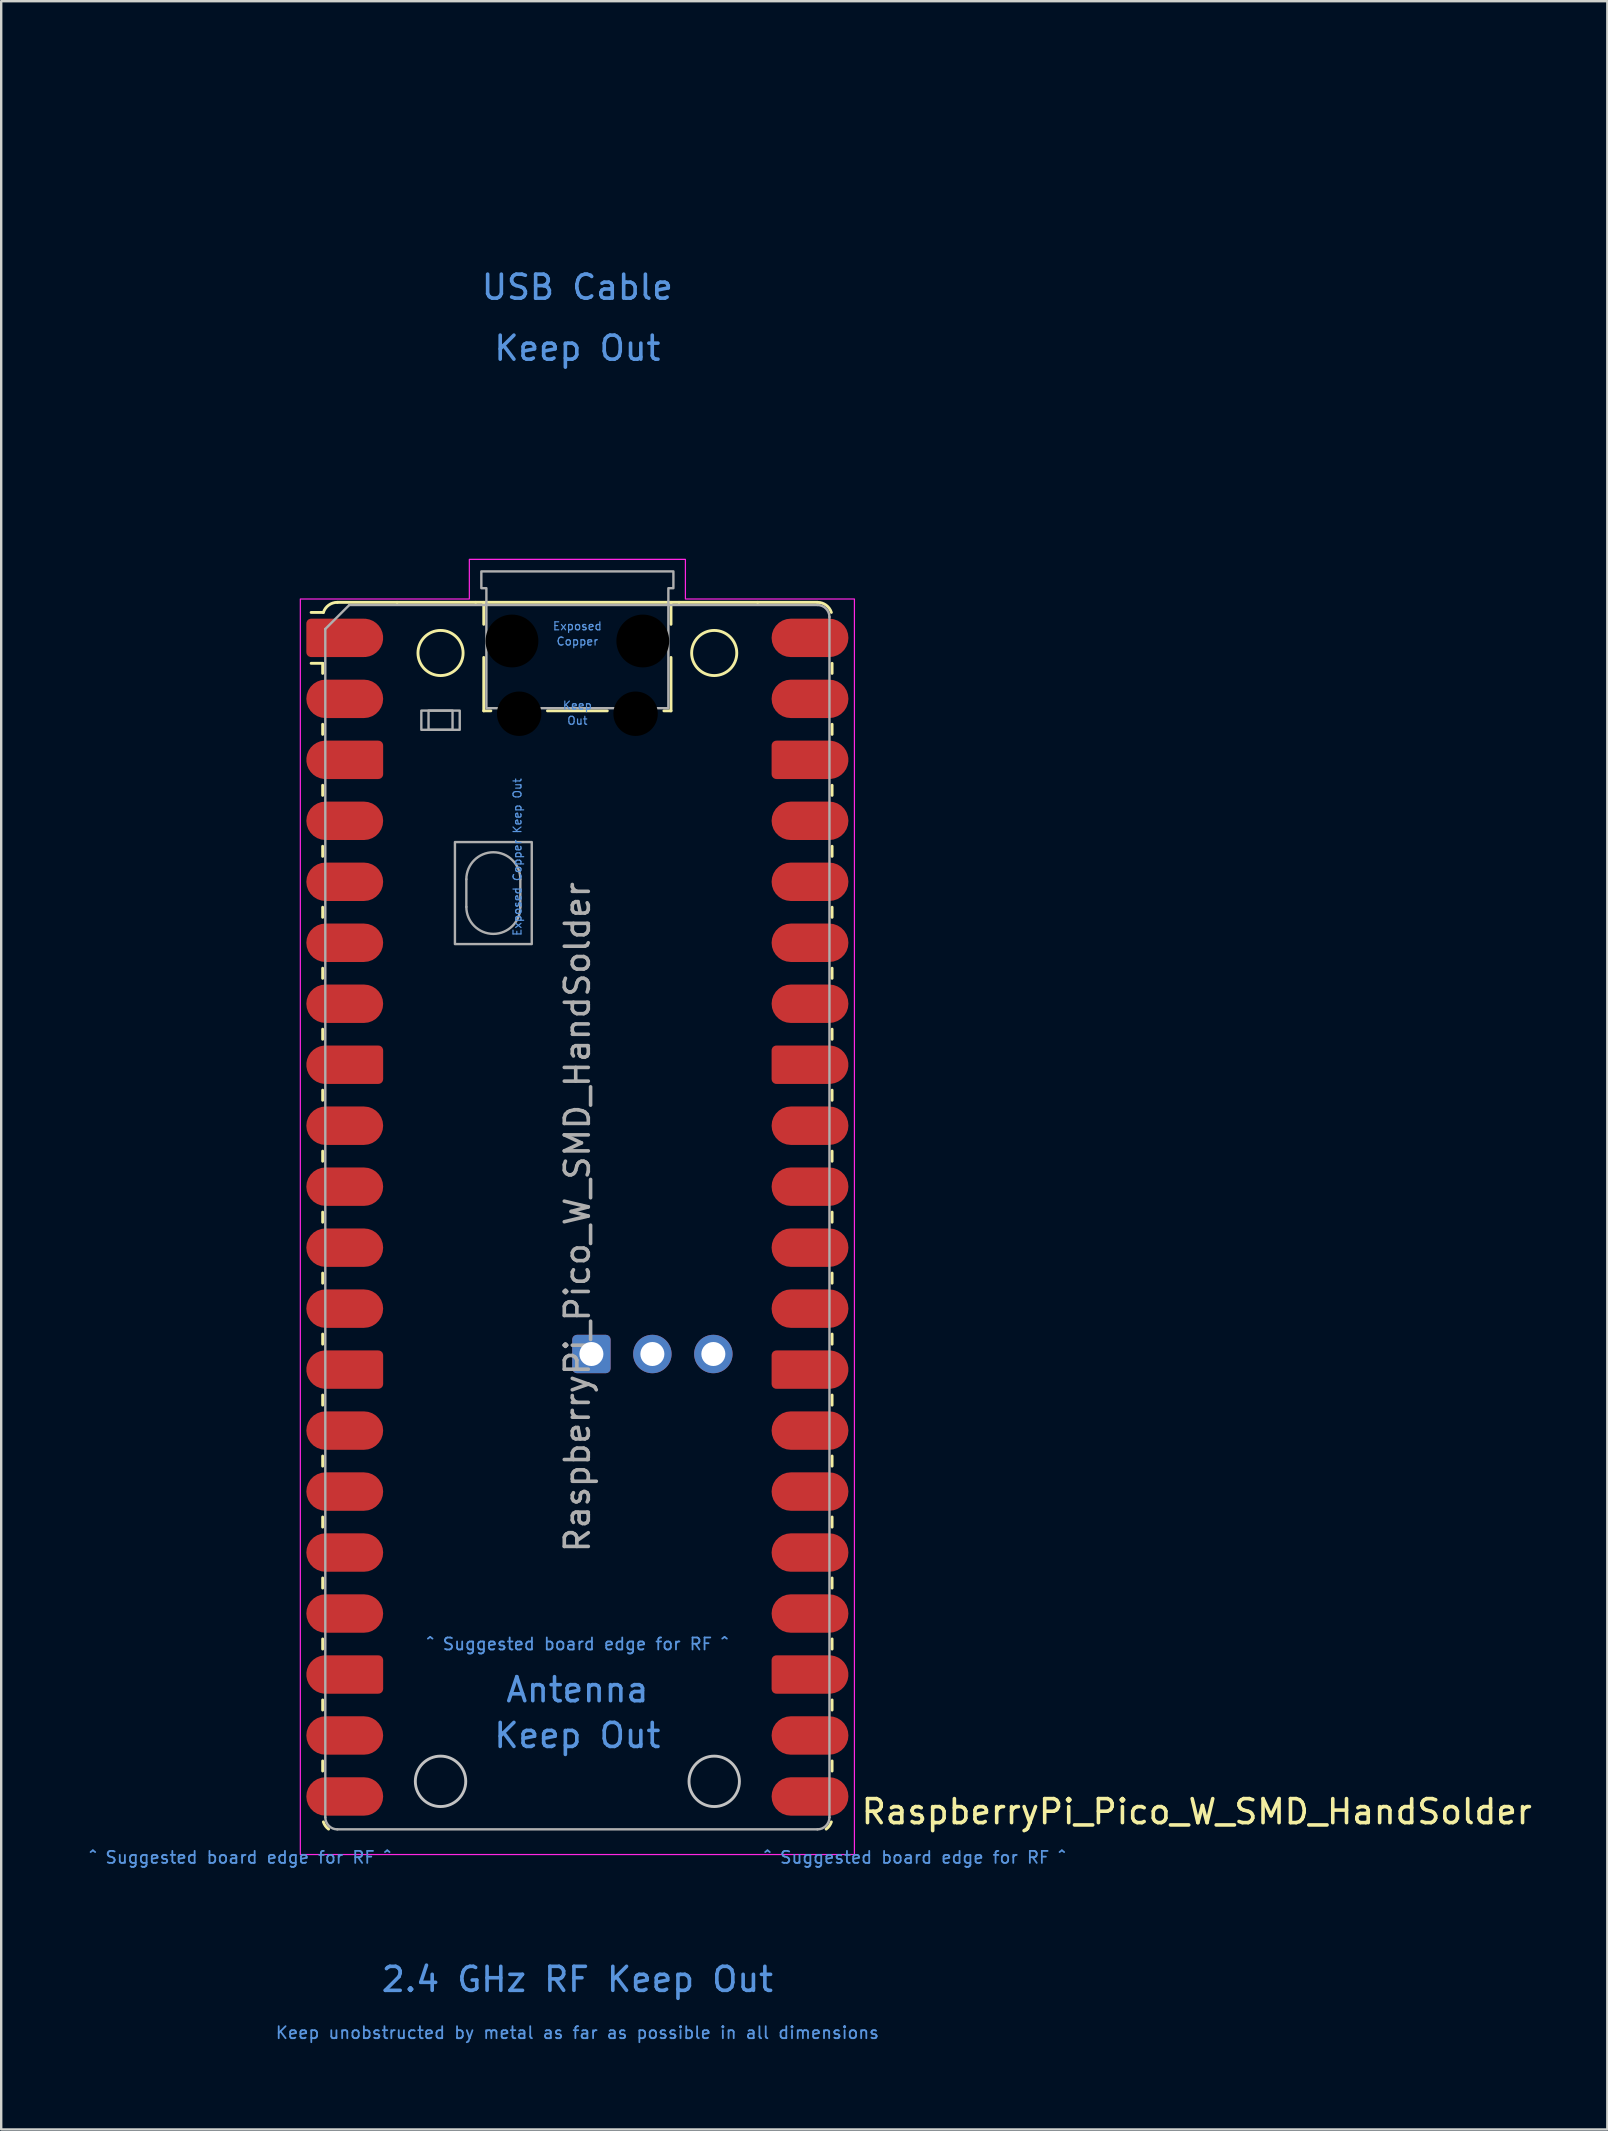
<source format=kicad_pcb>
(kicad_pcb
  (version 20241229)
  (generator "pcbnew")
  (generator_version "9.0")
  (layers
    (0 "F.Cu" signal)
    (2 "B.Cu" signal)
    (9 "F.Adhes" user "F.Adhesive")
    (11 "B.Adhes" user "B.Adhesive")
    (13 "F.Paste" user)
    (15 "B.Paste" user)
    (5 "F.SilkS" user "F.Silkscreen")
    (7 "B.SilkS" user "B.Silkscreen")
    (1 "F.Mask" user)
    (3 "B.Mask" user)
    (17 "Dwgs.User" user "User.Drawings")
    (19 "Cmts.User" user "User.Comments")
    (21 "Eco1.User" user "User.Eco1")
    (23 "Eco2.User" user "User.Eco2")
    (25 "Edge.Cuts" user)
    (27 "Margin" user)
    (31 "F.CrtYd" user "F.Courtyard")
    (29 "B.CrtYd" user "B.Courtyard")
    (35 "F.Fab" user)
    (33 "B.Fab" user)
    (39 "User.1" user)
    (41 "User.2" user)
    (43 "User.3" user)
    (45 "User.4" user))
  (footprint "RaspberryPi_Pico_W_SMD_HandSolder"
    (layer "F.Cu")
    (at 21 47.65)
    (property "Reference" "RaspberryPi_Pico_W_SMD_HandSolder" (at 11.748 24.765 0) (unlocked yes) (layer "F.SilkS") (effects (font (size 1 1) (thickness 0.15)) (justify left)))
    (attr smd)
    (fp_line (start -10.61 -23.07) (end -11.09 -23.07) (stroke (width 0.12) (type solid)) (layer "F.SilkS"))
    (fp_line (start -10.61 -23.07) (end -10.61 -22.65) (stroke (width 0.12) (type solid)) (layer "F.SilkS"))
    (fp_line (start -10.61 -20.53) (end -10.61 -20.11) (stroke (width 0.12) (type solid)) (layer "F.SilkS"))
    (fp_line (start -10.61 -17.99) (end -10.61 -17.57) (stroke (width 0.12) (type solid)) (layer "F.SilkS"))
    (fp_line (start -10.61 -15.45) (end -10.61 -15.03) (stroke (width 0.12) (type solid)) (layer "F.SilkS"))
    (fp_line (start -10.61 -12.91) (end -10.61 -12.49) (stroke (width 0.12) (type solid)) (layer "F.SilkS"))
    (fp_line (start -10.61 -10.37) (end -10.61 -9.95) (stroke (width 0.12) (type solid)) (layer "F.SilkS"))
    (fp_line (start -10.61 -7.83) (end -10.61 -7.41) (stroke (width 0.12) (type solid)) (layer "F.SilkS"))
    (fp_line (start -10.61 -5.29) (end -10.61 -4.87) (stroke (width 0.12) (type solid)) (layer "F.SilkS"))
    (fp_line (start -10.61 -2.75) (end -10.61 -2.33) (stroke (width 0.12) (type solid)) (layer "F.SilkS"))
    (fp_line (start -10.61 -0.21) (end -10.61 0.21) (stroke (width 0.12) (type solid)) (layer "F.SilkS"))
    (fp_line (start -10.61 2.33) (end -10.61 2.75) (stroke (width 0.12) (type solid)) (layer "F.SilkS"))
    (fp_line (start -10.61 4.87) (end -10.61 5.29) (stroke (width 0.12) (type solid)) (layer "F.SilkS"))
    (fp_line (start -10.61 7.41) (end -10.61 7.83) (stroke (width 0.12) (type solid)) (layer "F.SilkS"))
    (fp_line (start -10.61 9.95) (end -10.61 10.37) (stroke (width 0.12) (type solid)) (layer "F.SilkS"))
    (fp_line (start -10.61 12.49) (end -10.61 12.91) (stroke (width 0.12) (type solid)) (layer "F.SilkS"))
    (fp_line (start -10.61 15.03) (end -10.61 15.45) (stroke (width 0.12) (type solid)) (layer "F.SilkS"))
    (fp_line (start -10.61 17.57) (end -10.61 17.99) (stroke (width 0.12) (type solid)) (layer "F.SilkS"))
    (fp_line (start -10.61 20.11) (end -10.61 20.53) (stroke (width 0.12) (type solid)) (layer "F.SilkS"))
    (fp_line (start -10.61 22.65) (end -10.61 23.07) (stroke (width 0.12) (type solid)) (layer "F.SilkS"))
    (fp_line (start -10.58 -25.19) (end -11.09 -25.19) (stroke (width 0.12) (type solid)) (layer "F.SilkS"))
    (fp_line (start -10 -25.61) (end -7.51 -25.61) (stroke (width 0.12) (type solid)) (layer "F.SilkS"))
    (fp_line (start -7.51 -25.61) (end -4.235 -25.61) (stroke (width 0.12) (type solid)) (layer "F.SilkS"))
    (fp_line (start -4.235 -25.61) (end 4.235 -25.61) (stroke (width 0.12) (type solid)) (layer "F.SilkS"))
    (fp_line (start -3.9 -25.61) (end -3.9 -24.694) (stroke (width 0.12) (type solid)) (layer "F.SilkS"))
    (fp_line (start -3.9 -23.315) (end -3.9 -21.09) (stroke (width 0.12) (type solid)) (layer "F.SilkS"))
    (fp_line (start -3.9 -21.09) (end -3.604 -21.09) (stroke (width 0.12) (type solid)) (layer "F.SilkS"))
    (fp_line (start -1.246 -21.09) (end 1.246 -21.09) (stroke (width 0.12) (type solid)) (layer "F.SilkS"))
    (fp_line (start 3.604 -21.09) (end 3.9 -21.09) (stroke (width 0.12) (type solid)) (layer "F.SilkS"))
    (fp_line (start 3.9 -25.61) (end 3.9 -24.694) (stroke (width 0.12) (type solid)) (layer "F.SilkS"))
    (fp_line (start 3.9 -23.315) (end 3.9 -21.09) (stroke (width 0.12) (type solid)) (layer "F.SilkS"))
    (fp_line (start 4.235 -25.61) (end 7.51 -25.61) (stroke (width 0.12) (type solid)) (layer "F.SilkS"))
    (fp_line (start 10 -25.61) (end 7.51 -25.61) (stroke (width 0.12) (type solid)) (layer "F.SilkS"))
    (fp_line (start 10.61 -23.07) (end 10.61 -22.65) (stroke (width 0.12) (type solid)) (layer "F.SilkS"))
    (fp_line (start 10.61 -20.53) (end 10.61 -20.11) (stroke (width 0.12) (type solid)) (layer "F.SilkS"))
    (fp_line (start 10.61 -17.99) (end 10.61 -17.57) (stroke (width 0.12) (type solid)) (layer "F.SilkS"))
    (fp_line (start 10.61 -15.45) (end 10.61 -15.03) (stroke (width 0.12) (type solid)) (layer "F.SilkS"))
    (fp_line (start 10.61 -12.91) (end 10.61 -12.49) (stroke (width 0.12) (type solid)) (layer "F.SilkS"))
    (fp_line (start 10.61 -10.37) (end 10.61 -9.95) (stroke (width 0.12) (type solid)) (layer "F.SilkS"))
    (fp_line (start 10.61 -7.83) (end 10.61 -7.41) (stroke (width 0.12) (type solid)) (layer "F.SilkS"))
    (fp_line (start 10.61 -5.29) (end 10.61 -4.87) (stroke (width 0.12) (type solid)) (layer "F.SilkS"))
    (fp_line (start 10.61 -2.75) (end 10.61 -2.33) (stroke (width 0.12) (type solid)) (layer "F.SilkS"))
    (fp_line (start 10.61 -0.21) (end 10.61 0.21) (stroke (width 0.12) (type solid)) (layer "F.SilkS"))
    (fp_line (start 10.61 2.33) (end 10.61 2.75) (stroke (width 0.12) (type solid)) (layer "F.SilkS"))
    (fp_line (start 10.61 4.87) (end 10.61 5.29) (stroke (width 0.12) (type solid)) (layer "F.SilkS"))
    (fp_line (start 10.61 7.41) (end 10.61 7.83) (stroke (width 0.12) (type solid)) (layer "F.SilkS"))
    (fp_line (start 10.61 9.95) (end 10.61 10.37) (stroke (width 0.12) (type solid)) (layer "F.SilkS"))
    (fp_line (start 10.61 12.49) (end 10.61 12.91) (stroke (width 0.12) (type solid)) (layer "F.SilkS"))
    (fp_line (start 10.61 15.03) (end 10.61 15.45) (stroke (width 0.12) (type solid)) (layer "F.SilkS"))
    (fp_line (start 10.61 17.57) (end 10.61 17.99) (stroke (width 0.12) (type solid)) (layer "F.SilkS"))
    (fp_line (start 10.61 20.11) (end 10.61 20.53) (stroke (width 0.12) (type solid)) (layer "F.SilkS"))
    (fp_line (start 10.61 22.65) (end 10.61 23.07) (stroke (width 0.12) (type solid)) (layer "F.SilkS"))
    (fp_arc (start -10.579676 -25.19) (mid -10.357938 -25.493944) (end -10 -25.61) (stroke (width 0.12) (type solid)) (layer "F.SilkS"))
    (fp_arc (start -10.363318 25.49) (mid -10.494791 25.356765) (end -10.579676 25.189937) (stroke (width 0.12) (type solid)) (layer "F.SilkS"))
    (fp_arc (start 10 -25.61) (mid 10.357937 -25.493944) (end 10.579676 -25.189937) (stroke (width 0.12) (type solid)) (layer "F.SilkS"))
    (fp_arc (start 10.579676 25.189937) (mid 10.494803 25.356773) (end 10.363318 25.49) (stroke (width 0.12) (type solid)) (layer "F.SilkS"))
    (fp_circle (center -5.7 -23.5) (end -4.76 -23.5) (stroke (width 0.12) (type solid)) (fill no) (layer "F.SilkS"))
    (fp_circle (center 5.7 -23.5) (end 6.64 -23.5) (stroke (width 0.12) (type solid)) (fill no) (layer "F.SilkS"))
    (fp_circle (center -5.7 23.5) (end -4.65 23.5) (stroke (width 0.12) (type solid)) (fill no) (layer "Dwgs.User"))
    (fp_circle (center 5.7 23.5) (end 6.75 23.5) (stroke (width 0.12) (type solid)) (fill no) (layer "Dwgs.User"))
    (fp_poly (pts (xy -4.5 -27.4) (xy 4.5 -27.4) (xy 4.5 -25.75) (xy 11.54 -25.75) (xy 11.54 26.55) (xy -11.54 26.55) (xy -11.54 -25.75) (xy -4.5 -25.75)) (stroke (width 0.05) (type solid)) (fill no) (layer "F.CrtYd"))
    (fp_line (start -10.5 -24.5) (end -9.5 -25.5) (stroke (width 0.1) (type solid)) (layer "F.Fab"))
    (fp_line (start -10.5 25) (end -10.5 -24.5) (stroke (width 0.1) (type solid)) (layer "F.Fab"))
    (fp_line (start -9.5 -25.5) (end 10 -25.5) (stroke (width 0.1) (type solid)) (layer "F.Fab"))
    (fp_line (start -4.625 -14.075) (end -4.625 -12.925) (stroke (width 0.1) (type solid)) (layer "F.Fab"))
    (fp_line (start -2.375 -14.075) (end -2.375 -12.925) (stroke (width 0.1) (type solid)) (layer "F.Fab"))
    (fp_line (start 10 25.5) (end -10 25.5) (stroke (width 0.1) (type solid)) (layer "F.Fab"))
    (fp_line (start 10.5 -25) (end 10.5 25) (stroke (width 0.1) (type solid)) (layer "F.Fab"))
    (fp_rect (start -6.5 -21.1) (end -4.9 -20.3) (stroke (width 0.1) (type solid)) (fill no) (layer "F.Fab"))
    (fp_rect (start -6.2 -21.1) (end -5.2 -20.3) (stroke (width 0.1) (type solid)) (fill no) (layer "F.Fab"))
    (fp_rect (start -5.1 -15.625) (end -1.9 -11.375) (stroke (width 0.1) (type solid)) (fill no) (layer "F.Fab"))
    (fp_arc (start -10 25.5) (mid -10.353553 25.353553) (end -10.5 25) (stroke (width 0.1) (type solid)) (layer "F.Fab"))
    (fp_arc (start -4.625 -14.075) (mid -3.5 -15.2) (end -2.375 -14.075) (stroke (width 0.1) (type solid)) (layer "F.Fab"))
    (fp_arc (start -2.375 -12.925) (mid -3.5 -11.8) (end -4.625 -12.925) (stroke (width 0.1) (type solid)) (layer "F.Fab"))
    (fp_arc (start 10 -25.5) (mid 10.353553 -25.353553) (end 10.5 -25) (stroke (width 0.1) (type solid)) (layer "F.Fab"))
    (fp_arc (start 10.5 25) (mid 10.353553 25.353553) (end 10 25.5) (stroke (width 0.1) (type solid)) (layer "F.Fab"))
    (fp_poly (pts (xy 3.79 -21.2) (xy 3.79 -26.2) (xy 4 -26.2) (xy 4 -26.9) (xy -4 -26.9) (xy -4 -26.2) (xy -3.79 -26.2) (xy -3.79 -21.2)) (stroke (width 0.1) (type solid)) (fill no) (layer "F.Fab"))
    (fp_text user "^ Suggested board edge for RF ^" (at 0 17.78 0) (unlocked yes) (layer "Cmts.User") (effects (font (size 0.5 0.5) (thickness 0.075))))
    (fp_text user "Out" (at 0 -20.683 0) (unlocked yes) (layer "Cmts.User") (effects (font (size 0.333 0.333) (thickness 0.05))))
    (fp_text user "2.4 GHz RF Keep Out" (at 0 31.75 0) (unlocked yes) (layer "Cmts.User") (effects (font (size 1 1) (thickness 0.15))))
    (fp_text user "Keep" (at 0 -21.317 0) (unlocked yes) (layer "Cmts.User") (effects (font (size 0.333 0.333) (thickness 0.05))))
    (fp_text user "^ Suggested board edge for RF ^" (at 14.05 26.67 0) (unlocked yes) (layer "Cmts.User") (effects (font (size 0.5 0.5) (thickness 0.075))))
    (fp_text user "Exposed" (at 0 -24.617 0) (unlocked yes) (layer "Cmts.User") (effects (font (size 0.333 0.333) (thickness 0.05))))
    (fp_text user "Copper" (at 0 -23.983 0) (unlocked yes) (layer "Cmts.User") (effects (font (size 0.333 0.333) (thickness 0.05))))
    (fp_text user "Antenna" (at 0 19.685 0) (unlocked yes) (layer "Cmts.User") (effects (font (size 1 1) (thickness 0.15))))
    (fp_text user "Keep Out" (at 0 -36.195 0) (unlocked yes) (layer "Cmts.User") (effects (font (size 1 1) (thickness 0.15))))
    (fp_text user "Exposed Copper Keep Out" (at -2.5 -15 90) (unlocked yes) (layer "Cmts.User") (effects (font (size 0.333 0.333) (thickness 0.05))))
    (fp_text user "Keep unobstructed by metal as far as possible in all dimensions" (at 0 33.972 0) (unlocked yes) (layer "Cmts.User") (effects (font (size 0.5 0.5) (thickness 0.075))))
    (fp_text user "USB Cable" (at 0 -38.735 0) (unlocked yes) (layer "Cmts.User") (effects (font (size 1 1) (thickness 0.15))))
    (fp_text user "^ Suggested board edge for RF ^" (at -14.05 26.67 0) (unlocked yes) (layer "Cmts.User") (effects (font (size 0.5 0.5) (thickness 0.075))))
    (fp_text user "Keep Out" (at 0 21.59 0) (unlocked yes) (layer "Cmts.User") (effects (font (size 1 1) (thickness 0.15))))
    (fp_text user "${REFERENCE}" (at 0 0 90) (layer "F.Fab") (effects (font (size 1 1) (thickness 0.15))))
    (pad "" np_thru_hole circle (at -2.725 -24) (size 2.2 2.2) (drill 2.2) (layers "*.Mask"))
    (pad "" np_thru_hole circle (at -2.425 -20.97) (size 1.85 1.85) (drill 1.85) (layers "*.Mask"))
    (pad "" np_thru_hole circle (at 2.425 -20.97) (size 1.85 1.85) (drill 1.85) (layers "*.Mask"))
    (pad "" np_thru_hole circle (at 2.725 -24) (size 2.2 2.2) (drill 2.2) (layers "*.Mask"))
    (pad "1" smd custom (at -8.89 -24.13) (size 1.6 1.6) (layers "F.Cu" "F.Mask" "F.Paste") (options (anchor circle)) (primitives (gr_poly (pts (xy -2.4 0.6) (xy -2.4 -0.6) (xy -2.2 -0.8) (xy 0 -0.8) (xy 0 0.8) (xy -2.2 0.8)) (width 0) (fill yes)) (gr_circle (center -2.2 0.6) (end -2 0.6) (width 0) (fill yes)) (gr_circle (center -2.2 -0.6) (end -2 -0.6) (width 0) (fill yes))))
    (pad "2" smd roundrect (at -8.89 -21.59) (size 3.2 1.6) (drill (offset -0.8 0)) (layers "F.Cu" "F.Mask" "F.Paste") (roundrect_rratio 0.5))
    (pad "3" smd custom (at -8.89 -19.05) (size 1.6 1.6) (layers "F.Cu" "F.Mask" "F.Paste") (options (anchor circle)) (primitives (gr_poly (pts (xy 0.8 -0.6) (xy 0.8 0.6) (xy 0.6 0.8) (xy -1.6 0.8) (xy -1.6 -0.8) (xy 0.6 -0.8)) (width 0) (fill yes)) (gr_circle (center 0.6 0.6) (end 0.8 0.6) (width 0) (fill yes)) (gr_circle (center 0.6 -0.6) (end 0.8 -0.6) (width 0) (fill yes)) (gr_circle (center -1.6 0) (end -0.8 0) (width 0) (fill yes))))
    (pad "4" smd roundrect (at -8.89 -16.51) (size 3.2 1.6) (drill (offset -0.8 0)) (layers "F.Cu" "F.Mask" "F.Paste") (roundrect_rratio 0.5))
    (pad "5" smd roundrect (at -8.89 -13.97) (size 3.2 1.6) (drill (offset -0.8 0)) (layers "F.Cu" "F.Mask" "F.Paste") (roundrect_rratio 0.5))
    (pad "6" smd roundrect (at -8.89 -11.43) (size 3.2 1.6) (drill (offset -0.8 0)) (layers "F.Cu" "F.Mask" "F.Paste") (roundrect_rratio 0.5))
    (pad "7" smd roundrect (at -8.89 -8.89) (size 3.2 1.6) (drill (offset -0.8 0)) (layers "F.Cu" "F.Mask" "F.Paste") (roundrect_rratio 0.5))
    (pad "8" smd custom (at -8.89 -6.35) (size 1.6 1.6) (layers "F.Cu" "F.Mask" "F.Paste") (options (anchor circle)) (primitives (gr_poly (pts (xy 0.8 -0.6) (xy 0.8 0.6) (xy 0.6 0.8) (xy -1.6 0.8) (xy -1.6 -0.8) (xy 0.6 -0.8)) (width 0) (fill yes)) (gr_circle (center 0.6 0.6) (end 0.8 0.6) (width 0) (fill yes)) (gr_circle (center 0.6 -0.6) (end 0.8 -0.6) (width 0) (fill yes)) (gr_circle (center -1.6 0) (end -0.8 0) (width 0) (fill yes))))
    (pad "9" smd roundrect (at -8.89 -3.81) (size 3.2 1.6) (drill (offset -0.8 0)) (layers "F.Cu" "F.Mask" "F.Paste") (roundrect_rratio 0.5))
    (pad "10" smd roundrect (at -8.89 -1.27) (size 3.2 1.6) (drill (offset -0.8 0)) (layers "F.Cu" "F.Mask" "F.Paste") (roundrect_rratio 0.5))
    (pad "11" smd roundrect (at -8.89 1.27) (size 3.2 1.6) (drill (offset -0.8 0)) (layers "F.Cu" "F.Mask" "F.Paste") (roundrect_rratio 0.5))
    (pad "12" smd roundrect (at -8.89 3.81) (size 3.2 1.6) (drill (offset -0.8 0)) (layers "F.Cu" "F.Mask" "F.Paste") (roundrect_rratio 0.5))
    (pad "13" smd custom (at -8.89 6.35) (size 1.6 1.6) (layers "F.Cu" "F.Mask" "F.Paste") (options (anchor circle)) (primitives (gr_poly (pts (xy 0.8 -0.6) (xy 0.8 0.6) (xy 0.6 0.8) (xy -1.6 0.8) (xy -1.6 -0.8) (xy 0.6 -0.8)) (width 0) (fill yes)) (gr_circle (center 0.6 0.6) (end 0.8 0.6) (width 0) (fill yes)) (gr_circle (center 0.6 -0.6) (end 0.8 -0.6) (width 0) (fill yes)) (gr_circle (center -1.6 0) (end -0.8 0) (width 0) (fill yes))))
    (pad "14" smd roundrect (at -8.89 8.89) (size 3.2 1.6) (drill (offset -0.8 0)) (layers "F.Cu" "F.Mask" "F.Paste") (roundrect_rratio 0.5))
    (pad "15" smd roundrect (at -8.89 11.43) (size 3.2 1.6) (drill (offset -0.8 0)) (layers "F.Cu" "F.Mask" "F.Paste") (roundrect_rratio 0.5))
    (pad "16" smd roundrect (at -8.89 13.97) (size 3.2 1.6) (drill (offset -0.8 0)) (layers "F.Cu" "F.Mask" "F.Paste") (roundrect_rratio 0.5))
    (pad "17" smd roundrect (at -8.89 16.51) (size 3.2 1.6) (drill (offset -0.8 0)) (layers "F.Cu" "F.Mask" "F.Paste") (roundrect_rratio 0.5))
    (pad "18" smd custom (at -8.89 19.05) (size 1.6 1.6) (layers "F.Cu" "F.Mask" "F.Paste") (options (anchor circle)) (primitives (gr_poly (pts (xy 0.8 -0.6) (xy 0.8 0.6) (xy 0.6 0.8) (xy -1.6 0.8) (xy -1.6 -0.8) (xy 0.6 -0.8)) (width 0) (fill yes)) (gr_circle (center 0.6 0.6) (end 0.8 0.6) (width 0) (fill yes)) (gr_circle (center 0.6 -0.6) (end 0.8 -0.6) (width 0) (fill yes)) (gr_circle (center -1.6 0) (end -0.8 0) (width 0) (fill yes))))
    (pad "19" smd roundrect (at -8.89 21.59) (size 3.2 1.6) (drill (offset -0.8 0)) (layers "F.Cu" "F.Mask" "F.Paste") (roundrect_rratio 0.5))
    (pad "20" smd roundrect (at -8.89 24.13) (size 3.2 1.6) (drill (offset -0.8 0)) (layers "F.Cu" "F.Mask" "F.Paste") (roundrect_rratio 0.5))
    (pad "21" smd roundrect (at 8.89 24.13) (size 3.2 1.6) (drill (offset 0.8 0)) (layers "F.Cu" "F.Mask" "F.Paste") (roundrect_rratio 0.5))
    (pad "22" smd roundrect (at 8.89 21.59) (size 3.2 1.6) (drill (offset 0.8 0)) (layers "F.Cu" "F.Mask" "F.Paste") (roundrect_rratio 0.5))
    (pad "23" smd custom (at 8.89 19.05) (size 1.6 1.6) (layers "F.Cu" "F.Mask" "F.Paste") (options (anchor circle)) (primitives (gr_poly (pts (xy -0.8 -0.6) (xy -0.8 0.6) (xy -0.6 0.8) (xy 1.6 0.8) (xy 1.6 -0.8) (xy -0.6 -0.8)) (width 0) (fill yes)) (gr_circle (center -0.6 0.6) (end -0.4 0.6) (width 0) (fill yes)) (gr_circle (center -0.6 -0.6) (end -0.4 -0.6) (width 0) (fill yes)) (gr_circle (center 1.6 0) (end 2.4 0) (width 0) (fill yes))))
    (pad "24" smd roundrect (at 8.89 16.51) (size 3.2 1.6) (drill (offset 0.8 0)) (layers "F.Cu" "F.Mask" "F.Paste") (roundrect_rratio 0.5))
    (pad "25" smd roundrect (at 8.89 13.97) (size 3.2 1.6) (drill (offset 0.8 0)) (layers "F.Cu" "F.Mask" "F.Paste") (roundrect_rratio 0.5))
    (pad "26" smd roundrect (at 8.89 11.43) (size 3.2 1.6) (drill (offset 0.8 0)) (layers "F.Cu" "F.Mask" "F.Paste") (roundrect_rratio 0.5))
    (pad "27" smd roundrect (at 8.89 8.89) (size 3.2 1.6) (drill (offset 0.8 0)) (layers "F.Cu" "F.Mask" "F.Paste") (roundrect_rratio 0.5))
    (pad "28" smd custom (at 8.89 6.35) (size 1.6 1.6) (layers "F.Cu" "F.Mask" "F.Paste") (options (anchor circle)) (primitives (gr_poly (pts (xy -0.8 -0.6) (xy -0.8 0.6) (xy -0.6 0.8) (xy 1.6 0.8) (xy 1.6 -0.8) (xy -0.6 -0.8)) (width 0) (fill yes)) (gr_circle (center -0.6 0.6) (end -0.4 0.6) (width 0) (fill yes)) (gr_circle (center -0.6 -0.6) (end -0.4 -0.6) (width 0) (fill yes)) (gr_circle (center 1.6 0) (end 2.4 0) (width 0) (fill yes))))
    (pad "29" smd roundrect (at 8.89 3.81) (size 3.2 1.6) (drill (offset 0.8 0)) (layers "F.Cu" "F.Mask" "F.Paste") (roundrect_rratio 0.5))
    (pad "30" smd roundrect (at 8.89 1.27) (size 3.2 1.6) (drill (offset 0.8 0)) (layers "F.Cu" "F.Mask" "F.Paste") (roundrect_rratio 0.5))
    (pad "31" smd roundrect (at 8.89 -1.27) (size 3.2 1.6) (drill (offset 0.8 0)) (layers "F.Cu" "F.Mask" "F.Paste") (roundrect_rratio 0.5))
    (pad "32" smd roundrect (at 8.89 -3.81) (size 3.2 1.6) (drill (offset 0.8 0)) (layers "F.Cu" "F.Mask" "F.Paste") (roundrect_rratio 0.5))
    (pad "33" smd custom (at 8.89 -6.35) (size 1.6 1.6) (layers "F.Cu" "F.Mask" "F.Paste") (options (anchor circle)) (primitives (gr_poly (pts (xy -0.8 -0.6) (xy -0.8 0.6) (xy -0.6 0.8) (xy 1.6 0.8) (xy 1.6 -0.8) (xy -0.6 -0.8)) (width 0) (fill yes)) (gr_circle (center -0.6 0.6) (end -0.4 0.6) (width 0) (fill yes)) (gr_circle (center -0.6 -0.6) (end -0.4 -0.6) (width 0) (fill yes)) (gr_circle (center 1.6 0) (end 2.4 0) (width 0) (fill yes))))
    (pad "34" smd roundrect (at 8.89 -8.89) (size 3.2 1.6) (drill (offset 0.8 0)) (layers "F.Cu" "F.Mask" "F.Paste") (roundrect_rratio 0.5))
    (pad "35" smd roundrect (at 8.89 -11.43) (size 3.2 1.6) (drill (offset 0.8 0)) (layers "F.Cu" "F.Mask" "F.Paste") (roundrect_rratio 0.5))
    (pad "36" smd roundrect (at 8.89 -13.97) (size 3.2 1.6) (drill (offset 0.8 0)) (layers "F.Cu" "F.Mask" "F.Paste") (roundrect_rratio 0.5))
    (pad "37" smd roundrect (at 8.89 -16.51) (size 3.2 1.6) (drill (offset 0.8 0)) (layers "F.Cu" "F.Mask" "F.Paste") (roundrect_rratio 0.5))
    (pad "38" smd custom (at 8.89 -19.05) (size 1.6 1.6) (layers "F.Cu" "F.Mask" "F.Paste") (options (anchor circle)) (primitives (gr_poly (pts (xy -0.8 -0.6) (xy -0.8 0.6) (xy -0.6 0.8) (xy 1.6 0.8) (xy 1.6 -0.8) (xy -0.6 -0.8)) (width 0) (fill yes)) (gr_circle (center -0.6 0.6) (end -0.4 0.6) (width 0) (fill yes)) (gr_circle (center -0.6 -0.6) (end -0.4 -0.6) (width 0) (fill yes)) (gr_circle (center 1.6 0) (end 2.4 0) (width 0) (fill yes))))
    (pad "39" smd roundrect (at 8.89 -21.59) (size 3.2 1.6) (drill (offset 0.8 0)) (layers "F.Cu" "F.Mask" "F.Paste") (roundrect_rratio 0.5))
    (pad "40" smd roundrect (at 8.89 -24.13) (size 3.2 1.6) (drill (offset 0.8 0)) (layers "F.Cu" "F.Mask" "F.Paste") (roundrect_rratio 0.5))
    (pad "D1" thru_hole roundrect (at 0.584 5.7) (size 1.6 1.6) (drill 1) (layers "*.Cu" "*.Mask") (roundrect_rratio 0.125))
    (pad "D2" thru_hole circle (at 3.124 5.7) (size 1.6 1.6) (drill 1) (layers "*.Cu" "*.Mask"))
    (pad "D3" thru_hole circle (at 5.664 5.7) (size 1.6 1.6) (drill 1) (layers "*.Cu" "*.Mask"))
    (zone (net_name "") (layers "F.Cu" "B.Cu" "F.Paste" "B.Paste") (name "RF Copper Keep Out") (hatch full 0.5) (connect_pads) (min_thickness 0.254) (filled_areas_thickness no) (keepout (tracks not_allowed) (vias not_allowed) (pads not_allowed) (copperpour not_allowed) (footprints not_allowed)) (placement (enabled no)) (fill) (polygon (pts (xy 0 72.65) (xy 42 72.65) (xy 42 82.65) (xy 0 82.65))))
    (zone (net_name "") (layers "F.Cu" "B.Cu" "F.Paste" "B.Paste") (name "Antenna Copper Keep Out") (hatch full 0.5) (connect_pads) (min_thickness 0.254) (filled_areas_thickness no) (keepout (tracks not_allowed) (vias not_allowed) (pads not_allowed) (copperpour not_allowed) (footprints not_allowed)) (placement (enabled no)) (fill) (polygon (pts (xy 18.6 72.64) (xy 13.9 68.99) (xy 13.9 64.65) (xy 28.1 64.65) (xy 28.1 68.99) (xy 23.4 72.64) (xy 23.4 72.65) (xy 18.6 72.65))))
    (zone (net_name "") (layers "F.Cu" "F.Paste") (name "Pad Keep Out TP4") (hatch full 0.5) (connect_pads) (min_thickness 0.25) (filled_areas_thickness no) (keepout (tracks not_allowed) (vias not_allowed) (pads not_allowed) (copperpour not_allowed) (footprints allowed)) (placement (enabled no)) (fill) (polygon (pts (xy 17.984 31.098) (xy 17.858 31.064) (xy 17.744 30.998) (xy 17.652 30.906) (xy 17.586 30.792) (xy 17.552 30.666) (xy 17.55 30.6) (xy 17.55 30.15) (xy 19.45 30.15) (xy 19.45 30.6) (xy 19.448 30.666) (xy 19.414 30.792) (xy 19.348 30.906) (xy 19.256 30.998) (xy 19.142 31.064) (xy 19.016 31.098) (xy 18.95 31.1) (xy 18.05 31.1))))
    (zone (net_name "") (layers "F.Cu" "F.Paste") (name "Pad Keep Out TP5") (hatch full 0.5) (connect_pads) (min_thickness 0.25) (filled_areas_thickness no) (keepout (tracks not_allowed) (vias not_allowed) (pads not_allowed) (copperpour not_allowed) (footprints allowed)) (placement (enabled no)) (fill) (polygon (pts (xy 17.984 33.598) (xy 17.858 33.564) (xy 17.744 33.498) (xy 17.652 33.406) (xy 17.586 33.292) (xy 17.552 33.166) (xy 17.55 33.1) (xy 17.55 32.65) (xy 19.45 32.65) (xy 19.45 33.1) (xy 19.448 33.166) (xy 19.414 33.292) (xy 19.348 33.406) (xy 19.256 33.498) (xy 19.142 33.564) (xy 19.016 33.598) (xy 18.95 33.6) (xy 18.05 33.6))))
    (zone (net_name "") (layers "F.Cu" "F.Paste") (name "Pad Keep Out TP6") (hatch full 0.5) (connect_pads) (min_thickness 0.25) (filled_areas_thickness no) (keepout (tracks not_allowed) (vias not_allowed) (pads not_allowed) (copperpour not_allowed) (footprints allowed)) (placement (enabled no)) (fill) (polygon (pts (xy 17.984 36.098) (xy 17.858 36.064) (xy 17.744 35.998) (xy 17.652 35.906) (xy 17.586 35.792) (xy 17.552 35.666) (xy 17.55 35.6) (xy 17.55 35.15) (xy 19.45 35.15) (xy 19.45 35.6) (xy 19.448 35.666) (xy 19.414 35.792) (xy 19.348 35.906) (xy 19.256 35.998) (xy 19.142 36.064) (xy 19.016 36.098) (xy 18.95 36.1) (xy 18.05 36.1))))
    (zone (net_name "") (layers "F.Cu" "F.Paste") (name "Pad Keep Out TP3") (hatch full 0.5) (connect_pads) (min_thickness 0.25) (filled_areas_thickness no) (keepout (tracks not_allowed) (vias not_allowed) (pads not_allowed) (copperpour not_allowed) (footprints allowed)) (placement (enabled no)) (fill) (polygon (pts (xy 19.052 22.834) (xy 19.086 22.708) (xy 19.152 22.594) (xy 19.244 22.502) (xy 19.358 22.436) (xy 19.484 22.402) (xy 19.55 22.4) (xy 20 22.4) (xy 20 24.3) (xy 19.55 24.3) (xy 19.484 24.298) (xy 19.358 24.264) (xy 19.244 24.198) (xy 19.152 24.106) (xy 19.086 23.992) (xy 19.052 23.866) (xy 19.05 23.8) (xy 19.05 22.9))))
    (zone (net_name "") (layers "F.Cu" "F.Paste") (name "Pad Keep Out TP4") (hatch full 0.5) (connect_pads) (min_thickness 0.25) (filled_areas_thickness no) (keepout (tracks not_allowed) (vias not_allowed) (pads not_allowed) (copperpour not_allowed) (footprints allowed)) (placement (enabled no)) (fill) (polygon (pts (xy 19.45 30.15) (xy 19.45 29.7) (xy 19.448 29.634) (xy 19.414 29.508) (xy 19.348 29.394) (xy 19.256 29.302) (xy 19.142 29.236) (xy 19.016 29.202) (xy 18.95 29.2) (xy 18.05 29.2) (xy 17.984 29.202) (xy 17.858 29.236) (xy 17.744 29.302) (xy 17.652 29.394) (xy 17.586 29.508) (xy 17.552 29.634) (xy 17.55 29.7) (xy 17.55 30.15))))
    (zone (net_name "") (layers "F.Cu" "F.Paste") (name "Pad Keep Out TP5") (hatch full 0.5) (connect_pads) (min_thickness 0.25) (filled_areas_thickness no) (keepout (tracks not_allowed) (vias not_allowed) (pads not_allowed) (copperpour not_allowed) (footprints allowed)) (placement (enabled no)) (fill) (polygon (pts (xy 19.45 32.65) (xy 19.45 32.2) (xy 19.448 32.134) (xy 19.414 32.008) (xy 19.348 31.894) (xy 19.256 31.802) (xy 19.142 31.736) (xy 19.016 31.702) (xy 18.95 31.7) (xy 18.05 31.7) (xy 17.984 31.702) (xy 17.858 31.736) (xy 17.744 31.802) (xy 17.652 31.894) (xy 17.586 32.008) (xy 17.552 32.134) (xy 17.55 32.2) (xy 17.55 32.65))))
    (zone (net_name "") (layers "F.Cu" "F.Paste") (name "Pad Keep Out TP6") (hatch full 0.5) (connect_pads) (min_thickness 0.25) (filled_areas_thickness no) (keepout (tracks not_allowed) (vias not_allowed) (pads not_allowed) (copperpour not_allowed) (footprints allowed)) (placement (enabled no)) (fill) (polygon (pts (xy 19.45 35.15) (xy 19.45 34.7) (xy 19.448 34.634) (xy 19.414 34.508) (xy 19.348 34.394) (xy 19.256 34.302) (xy 19.142 34.236) (xy 19.016 34.202) (xy 18.95 34.2) (xy 18.05 34.2) (xy 17.984 34.202) (xy 17.858 34.236) (xy 17.744 34.302) (xy 17.652 34.394) (xy 17.586 34.508) (xy 17.552 34.634) (xy 17.55 34.7) (xy 17.55 35.15))))
    (zone (net_name "") (layers "F.Cu" "F.Paste") (name "Pad Keep Out TP3") (hatch full 0.5) (connect_pads) (min_thickness 0.25) (filled_areas_thickness no) (keepout (tracks not_allowed) (vias not_allowed) (pads not_allowed) (copperpour not_allowed) (footprints allowed)) (placement (enabled no)) (fill) (polygon (pts (xy 20 24.3) (xy 20.45 24.3) (xy 20.516 24.298) (xy 20.642 24.264) (xy 20.756 24.198) (xy 20.848 24.106) (xy 20.914 23.992) (xy 20.948 23.866) (xy 20.95 23.8) (xy 20.95 22.9) (xy 20.948 22.834) (xy 20.914 22.708) (xy 20.848 22.594) (xy 20.756 22.502) (xy 20.642 22.436) (xy 20.516 22.402) (xy 20.45 22.4) (xy 20 22.4))))
    (zone (net_name "") (layers "F.Cu" "F.Paste") (name "Pad Keep Out TP1") (hatch full 0.5) (connect_pads) (min_thickness 0.25) (filled_areas_thickness no) (keepout (tracks not_allowed) (vias not_allowed) (pads not_allowed) (copperpour not_allowed) (footprints allowed)) (placement (enabled no)) (fill) (polygon (pts (xy 20.052 26.134) (xy 20.086 26.008) (xy 20.152 25.894) (xy 20.244 25.802) (xy 20.358 25.736) (xy 20.484 25.702) (xy 20.55 25.7) (xy 21 25.7) (xy 21 27.6) (xy 20.55 27.6) (xy 20.484 27.598) (xy 20.358 27.564) (xy 20.244 27.498) (xy 20.152 27.406) (xy 20.086 27.292) (xy 20.052 27.166) (xy 20.05 27.1) (xy 20.05 26.2))))
    (zone (net_name "") (layers "F.Cu" "F.Paste") (name "Pad Keep Out TP1") (hatch full 0.5) (connect_pads) (min_thickness 0.25) (filled_areas_thickness no) (keepout (tracks not_allowed) (vias not_allowed) (pads not_allowed) (copperpour not_allowed) (footprints allowed)) (placement (enabled no)) (fill) (polygon (pts (xy 21 27.6) (xy 21.45 27.6) (xy 21.516 27.598) (xy 21.642 27.564) (xy 21.756 27.498) (xy 21.848 27.406) (xy 21.914 27.292) (xy 21.948 27.166) (xy 21.95 27.1) (xy 21.95 26.2) (xy 21.948 26.134) (xy 21.914 26.008) (xy 21.848 25.894) (xy 21.756 25.802) (xy 21.642 25.736) (xy 21.516 25.702) (xy 21.45 25.7) (xy 21 25.7))))
    (zone (net_name "") (layers "F.Cu" "F.Paste") (name "Pad Keep Out TP2") (hatch full 0.5) (connect_pads) (min_thickness 0.25) (filled_areas_thickness no) (keepout (tracks not_allowed) (vias not_allowed) (pads not_allowed) (copperpour not_allowed) (footprints allowed)) (placement (enabled no)) (fill) (polygon (pts (xy 21.052 22.849) (xy 21.086 22.723) (xy 21.152 22.609) (xy 21.244 22.517) (xy 21.358 22.451) (xy 21.484 22.417) (xy 21.55 22.415) (xy 22 22.415) (xy 22 24.315) (xy 21.55 24.315) (xy 21.484 24.313) (xy 21.358 24.279) (xy 21.244 24.213) (xy 21.152 24.121) (xy 21.086 24.007) (xy 21.052 23.881) (xy 21.05 23.815) (xy 21.05 22.915))))
    (zone (net_name "") (layers "F.Cu" "F.Paste") (name "Pad Keep Out TP2") (hatch full 0.5) (connect_pads) (min_thickness 0.25) (filled_areas_thickness no) (keepout (tracks not_allowed) (vias not_allowed) (pads not_allowed) (copperpour not_allowed) (footprints allowed)) (placement (enabled no)) (fill) (polygon (pts (xy 22 24.315) (xy 22.45 24.315) (xy 22.516 24.313) (xy 22.642 24.279) (xy 22.756 24.213) (xy 22.848 24.121) (xy 22.914 24.007) (xy 22.948 23.881) (xy 22.95 23.815) (xy 22.95 22.915) (xy 22.948 22.849) (xy 22.914 22.723) (xy 22.848 22.609) (xy 22.756 22.517) (xy 22.642 22.451) (xy 22.516 22.417) (xy 22.45 22.415) (xy 22 22.415))))
    (zone (net_name "") (layer "Edge.Cuts") (name "Board Keep Out USB Cable") (hatch edge 0.5) (connect_pads) (min_thickness 0.254) (filled_areas_thickness no) (keepout (tracks allowed) (vias allowed) (pads allowed) (copperpour allowed) (footprints allowed)) (placement (enabled no)) (fill) (polygon (pts (xy 14.8 0) (xy 27.2 0) (xy 27.2 20.4) (xy 14.8 20.4))))
    (zone (net_name "") (layer "Edge.Cuts") (name "Board Keep Out Suggestion RF") (hatch edge 0.5) (connect_pads) (min_thickness 0.254) (filled_areas_thickness no) (keepout (tracks allowed) (vias allowed) (pads allowed) (copperpour allowed) (footprints allowed)) (placement (enabled no)) (fill) (polygon (pts (xy 28.1 73.65) (xy 42 73.65) (xy 42 82.65) (xy 0 82.65) (xy 0 73.65) (xy 13.9 73.65) (xy 13.9 64.65) (xy 28.1 64.65))))
    (zone (net_name "") (layer "F.CrtYd") (name "USB Cable Keep Out") (hatch full 0.5) (connect_pads) (min_thickness 0.254) (filled_areas_thickness no) (keepout (tracks allowed) (vias allowed) (pads allowed) (copperpour allowed) (footprints not_allowed)) (placement (enabled no)) (fill) (polygon (pts (xy 15.25 19.95) (xy 17.06 19.95) (xy 17.06 20.25) (xy 24.94 20.25) (xy 24.94 19.95) (xy 26.75 19.95) (xy 26.75 0.45) (xy 15.25 0.45)))))
  (gr_rect
    (start -3 -3)
    (end 63.902 85.65)
    (stroke (width 0.1) (type default))
    (fill no)
    (layer "Edge.Cuts")))
</source>
